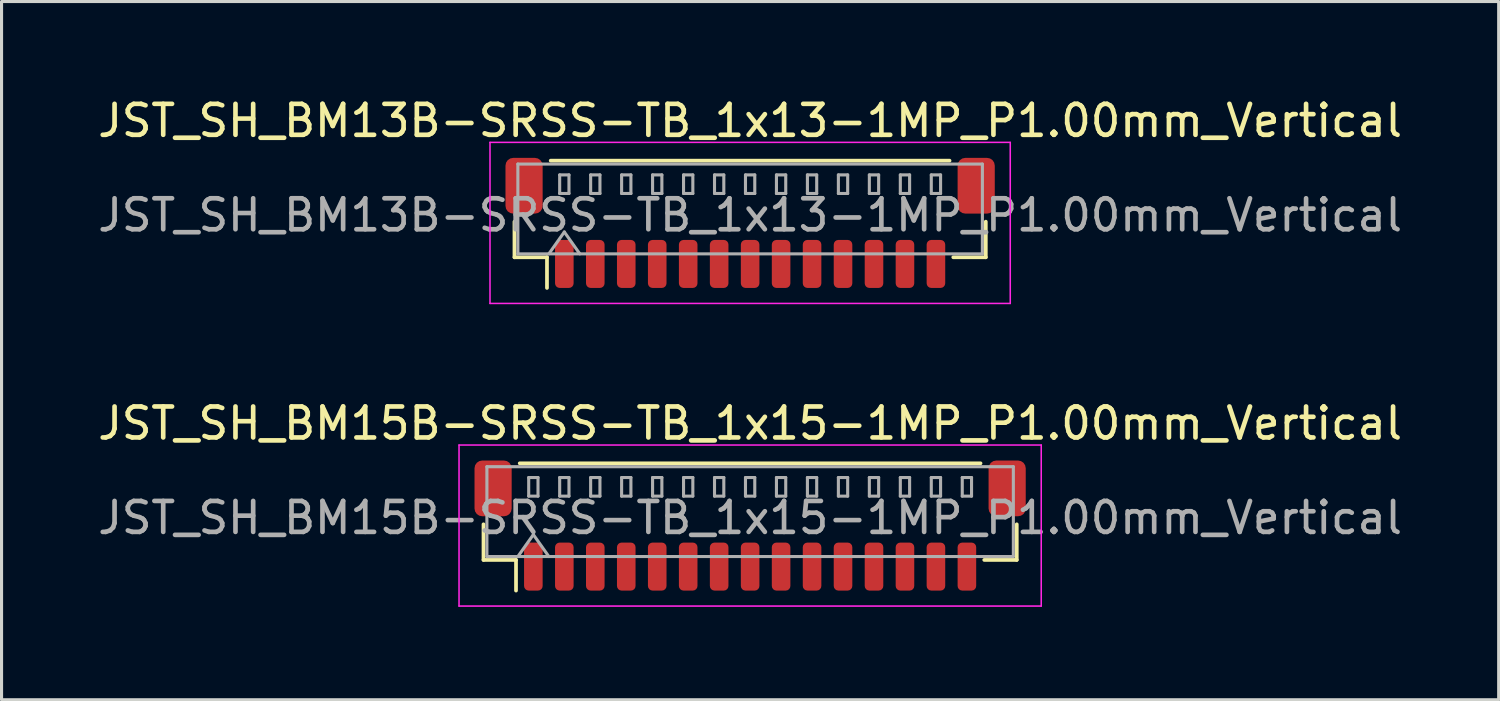
<source format=kicad_pcb>
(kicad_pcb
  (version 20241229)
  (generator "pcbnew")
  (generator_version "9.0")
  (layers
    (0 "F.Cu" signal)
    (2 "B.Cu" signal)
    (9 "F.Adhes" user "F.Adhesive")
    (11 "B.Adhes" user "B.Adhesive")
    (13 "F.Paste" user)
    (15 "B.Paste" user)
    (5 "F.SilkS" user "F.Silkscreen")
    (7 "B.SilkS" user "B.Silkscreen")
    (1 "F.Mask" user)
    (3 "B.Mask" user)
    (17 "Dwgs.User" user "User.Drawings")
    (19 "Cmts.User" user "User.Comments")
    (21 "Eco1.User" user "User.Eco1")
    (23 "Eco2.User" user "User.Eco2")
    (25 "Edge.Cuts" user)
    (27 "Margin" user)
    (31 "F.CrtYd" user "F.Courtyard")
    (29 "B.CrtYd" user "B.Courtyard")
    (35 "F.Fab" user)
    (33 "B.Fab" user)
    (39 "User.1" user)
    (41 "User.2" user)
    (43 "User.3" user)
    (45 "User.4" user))
  (footprint "JST_SH_BM13B-SRSS-TB_1x13-1MP_P1.00mm_Vertical"
    (layer "F.Cu")
    (at 21.173 4.148)
    (property "Reference" "JST_SH_BM13B-SRSS-TB_1x13-1MP_P1.00mm_Vertical" (at 0 -3.3 0) (layer "F.SilkS") (effects (font (size 1 1) (thickness 0.15))))
    (attr smd)
    (fp_line (start -7.61 -0.04) (end -7.61 1.11) (stroke (width 0.12) (type solid)) (layer "F.SilkS"))
    (fp_line (start -7.61 1.11) (end -6.56 1.11) (stroke (width 0.12) (type solid)) (layer "F.SilkS"))
    (fp_line (start -6.56 1.11) (end -6.56 2.1) (stroke (width 0.12) (type solid)) (layer "F.SilkS"))
    (fp_line (start -6.44 -2.01) (end 6.44 -2.01) (stroke (width 0.12) (type solid)) (layer "F.SilkS"))
    (fp_line (start 7.61 -0.04) (end 7.61 1.11) (stroke (width 0.12) (type solid)) (layer "F.SilkS"))
    (fp_line (start 7.61 1.11) (end 6.56 1.11) (stroke (width 0.12) (type solid)) (layer "F.SilkS"))
    (fp_line (start -8.4 -2.6) (end -8.4 2.6) (stroke (width 0.05) (type solid)) (layer "F.CrtYd"))
    (fp_line (start -8.4 2.6) (end 8.4 2.6) (stroke (width 0.05) (type solid)) (layer "F.CrtYd"))
    (fp_line (start 8.4 -2.6) (end -8.4 -2.6) (stroke (width 0.05) (type solid)) (layer "F.CrtYd"))
    (fp_line (start 8.4 2.6) (end 8.4 -2.6) (stroke (width 0.05) (type solid)) (layer "F.CrtYd"))
    (fp_line (start -7.5 -1.9) (end 7.5 -1.9) (stroke (width 0.1) (type solid)) (layer "F.Fab"))
    (fp_line (start -7.5 1) (end -7.5 -1.9) (stroke (width 0.1) (type solid)) (layer "F.Fab"))
    (fp_line (start -7.5 1) (end 7.5 1) (stroke (width 0.1) (type solid)) (layer "F.Fab"))
    (fp_line (start -6.5 1) (end -6 0.293) (stroke (width 0.1) (type solid)) (layer "F.Fab"))
    (fp_line (start -6.15 -1.55) (end -6.15 -0.95) (stroke (width 0.1) (type solid)) (layer "F.Fab"))
    (fp_line (start -6.15 -0.95) (end -5.85 -0.95) (stroke (width 0.1) (type solid)) (layer "F.Fab"))
    (fp_line (start -6 0.293) (end -5.5 1) (stroke (width 0.1) (type solid)) (layer "F.Fab"))
    (fp_line (start -5.85 -1.55) (end -6.15 -1.55) (stroke (width 0.1) (type solid)) (layer "F.Fab"))
    (fp_line (start -5.85 -0.95) (end -5.85 -1.55) (stroke (width 0.1) (type solid)) (layer "F.Fab"))
    (fp_line (start -5.15 -1.55) (end -5.15 -0.95) (stroke (width 0.1) (type solid)) (layer "F.Fab"))
    (fp_line (start -5.15 -0.95) (end -4.85 -0.95) (stroke (width 0.1) (type solid)) (layer "F.Fab"))
    (fp_line (start -4.85 -1.55) (end -5.15 -1.55) (stroke (width 0.1) (type solid)) (layer "F.Fab"))
    (fp_line (start -4.85 -0.95) (end -4.85 -1.55) (stroke (width 0.1) (type solid)) (layer "F.Fab"))
    (fp_line (start -4.15 -1.55) (end -4.15 -0.95) (stroke (width 0.1) (type solid)) (layer "F.Fab"))
    (fp_line (start -4.15 -0.95) (end -3.85 -0.95) (stroke (width 0.1) (type solid)) (layer "F.Fab"))
    (fp_line (start -3.85 -1.55) (end -4.15 -1.55) (stroke (width 0.1) (type solid)) (layer "F.Fab"))
    (fp_line (start -3.85 -0.95) (end -3.85 -1.55) (stroke (width 0.1) (type solid)) (layer "F.Fab"))
    (fp_line (start -3.15 -1.55) (end -3.15 -0.95) (stroke (width 0.1) (type solid)) (layer "F.Fab"))
    (fp_line (start -3.15 -0.95) (end -2.85 -0.95) (stroke (width 0.1) (type solid)) (layer "F.Fab"))
    (fp_line (start -2.85 -1.55) (end -3.15 -1.55) (stroke (width 0.1) (type solid)) (layer "F.Fab"))
    (fp_line (start -2.85 -0.95) (end -2.85 -1.55) (stroke (width 0.1) (type solid)) (layer "F.Fab"))
    (fp_line (start -2.15 -1.55) (end -2.15 -0.95) (stroke (width 0.1) (type solid)) (layer "F.Fab"))
    (fp_line (start -2.15 -0.95) (end -1.85 -0.95) (stroke (width 0.1) (type solid)) (layer "F.Fab"))
    (fp_line (start -1.85 -1.55) (end -2.15 -1.55) (stroke (width 0.1) (type solid)) (layer "F.Fab"))
    (fp_line (start -1.85 -0.95) (end -1.85 -1.55) (stroke (width 0.1) (type solid)) (layer "F.Fab"))
    (fp_line (start -1.15 -1.55) (end -1.15 -0.95) (stroke (width 0.1) (type solid)) (layer "F.Fab"))
    (fp_line (start -1.15 -0.95) (end -0.85 -0.95) (stroke (width 0.1) (type solid)) (layer "F.Fab"))
    (fp_line (start -0.85 -1.55) (end -1.15 -1.55) (stroke (width 0.1) (type solid)) (layer "F.Fab"))
    (fp_line (start -0.85 -0.95) (end -0.85 -1.55) (stroke (width 0.1) (type solid)) (layer "F.Fab"))
    (fp_line (start -0.15 -1.55) (end -0.15 -0.95) (stroke (width 0.1) (type solid)) (layer "F.Fab"))
    (fp_line (start -0.15 -0.95) (end 0.15 -0.95) (stroke (width 0.1) (type solid)) (layer "F.Fab"))
    (fp_line (start 0.15 -1.55) (end -0.15 -1.55) (stroke (width 0.1) (type solid)) (layer "F.Fab"))
    (fp_line (start 0.15 -0.95) (end 0.15 -1.55) (stroke (width 0.1) (type solid)) (layer "F.Fab"))
    (fp_line (start 0.85 -1.55) (end 0.85 -0.95) (stroke (width 0.1) (type solid)) (layer "F.Fab"))
    (fp_line (start 0.85 -0.95) (end 1.15 -0.95) (stroke (width 0.1) (type solid)) (layer "F.Fab"))
    (fp_line (start 1.15 -1.55) (end 0.85 -1.55) (stroke (width 0.1) (type solid)) (layer "F.Fab"))
    (fp_line (start 1.15 -0.95) (end 1.15 -1.55) (stroke (width 0.1) (type solid)) (layer "F.Fab"))
    (fp_line (start 1.85 -1.55) (end 1.85 -0.95) (stroke (width 0.1) (type solid)) (layer "F.Fab"))
    (fp_line (start 1.85 -0.95) (end 2.15 -0.95) (stroke (width 0.1) (type solid)) (layer "F.Fab"))
    (fp_line (start 2.15 -1.55) (end 1.85 -1.55) (stroke (width 0.1) (type solid)) (layer "F.Fab"))
    (fp_line (start 2.15 -0.95) (end 2.15 -1.55) (stroke (width 0.1) (type solid)) (layer "F.Fab"))
    (fp_line (start 2.85 -1.55) (end 2.85 -0.95) (stroke (width 0.1) (type solid)) (layer "F.Fab"))
    (fp_line (start 2.85 -0.95) (end 3.15 -0.95) (stroke (width 0.1) (type solid)) (layer "F.Fab"))
    (fp_line (start 3.15 -1.55) (end 2.85 -1.55) (stroke (width 0.1) (type solid)) (layer "F.Fab"))
    (fp_line (start 3.15 -0.95) (end 3.15 -1.55) (stroke (width 0.1) (type solid)) (layer "F.Fab"))
    (fp_line (start 3.85 -1.55) (end 3.85 -0.95) (stroke (width 0.1) (type solid)) (layer "F.Fab"))
    (fp_line (start 3.85 -0.95) (end 4.15 -0.95) (stroke (width 0.1) (type solid)) (layer "F.Fab"))
    (fp_line (start 4.15 -1.55) (end 3.85 -1.55) (stroke (width 0.1) (type solid)) (layer "F.Fab"))
    (fp_line (start 4.15 -0.95) (end 4.15 -1.55) (stroke (width 0.1) (type solid)) (layer "F.Fab"))
    (fp_line (start 4.85 -1.55) (end 4.85 -0.95) (stroke (width 0.1) (type solid)) (layer "F.Fab"))
    (fp_line (start 4.85 -0.95) (end 5.15 -0.95) (stroke (width 0.1) (type solid)) (layer "F.Fab"))
    (fp_line (start 5.15 -1.55) (end 4.85 -1.55) (stroke (width 0.1) (type solid)) (layer "F.Fab"))
    (fp_line (start 5.15 -0.95) (end 5.15 -1.55) (stroke (width 0.1) (type solid)) (layer "F.Fab"))
    (fp_line (start 5.85 -1.55) (end 5.85 -0.95) (stroke (width 0.1) (type solid)) (layer "F.Fab"))
    (fp_line (start 5.85 -0.95) (end 6.15 -0.95) (stroke (width 0.1) (type solid)) (layer "F.Fab"))
    (fp_line (start 6.15 -1.55) (end 5.85 -1.55) (stroke (width 0.1) (type solid)) (layer "F.Fab"))
    (fp_line (start 6.15 -0.95) (end 6.15 -1.55) (stroke (width 0.1) (type solid)) (layer "F.Fab"))
    (fp_line (start 7.5 1) (end 7.5 -1.9) (stroke (width 0.1) (type solid)) (layer "F.Fab"))
    (fp_text user "${REFERENCE}" (at 0 -0.25 0) (layer "F.Fab") (effects (font (size 1 1) (thickness 0.15))))
    (pad "1" smd roundrect (at -6 1.325) (size 0.6 1.55) (layers "F.Cu" "F.Mask" "F.Paste") (roundrect_rratio 0.25))
    (pad "2" smd roundrect (at -5 1.325) (size 0.6 1.55) (layers "F.Cu" "F.Mask" "F.Paste") (roundrect_rratio 0.25))
    (pad "3" smd roundrect (at -4 1.325) (size 0.6 1.55) (layers "F.Cu" "F.Mask" "F.Paste") (roundrect_rratio 0.25))
    (pad "4" smd roundrect (at -3 1.325) (size 0.6 1.55) (layers "F.Cu" "F.Mask" "F.Paste") (roundrect_rratio 0.25))
    (pad "5" smd roundrect (at -2 1.325) (size 0.6 1.55) (layers "F.Cu" "F.Mask" "F.Paste") (roundrect_rratio 0.25))
    (pad "6" smd roundrect (at -1 1.325) (size 0.6 1.55) (layers "F.Cu" "F.Mask" "F.Paste") (roundrect_rratio 0.25))
    (pad "7" smd roundrect (at 0 1.325) (size 0.6 1.55) (layers "F.Cu" "F.Mask" "F.Paste") (roundrect_rratio 0.25))
    (pad "8" smd roundrect (at 1 1.325) (size 0.6 1.55) (layers "F.Cu" "F.Mask" "F.Paste") (roundrect_rratio 0.25))
    (pad "9" smd roundrect (at 2 1.325) (size 0.6 1.55) (layers "F.Cu" "F.Mask" "F.Paste") (roundrect_rratio 0.25))
    (pad "10" smd roundrect (at 3 1.325) (size 0.6 1.55) (layers "F.Cu" "F.Mask" "F.Paste") (roundrect_rratio 0.25))
    (pad "11" smd roundrect (at 4 1.325) (size 0.6 1.55) (layers "F.Cu" "F.Mask" "F.Paste") (roundrect_rratio 0.25))
    (pad "12" smd roundrect (at 5 1.325) (size 0.6 1.55) (layers "F.Cu" "F.Mask" "F.Paste") (roundrect_rratio 0.25))
    (pad "13" smd roundrect (at 6 1.325) (size 0.6 1.55) (layers "F.Cu" "F.Mask" "F.Paste") (roundrect_rratio 0.25))
    (pad "MP" smd roundrect (at -7.3 -1.2) (size 1.2 1.8) (layers "F.Cu" "F.Mask" "F.Paste") (roundrect_rratio 0.208))
    (pad "MP" smd roundrect (at 7.3 -1.2) (size 1.2 1.8) (layers "F.Cu" "F.Mask" "F.Paste") (roundrect_rratio 0.208)))
  (footprint "JST_SH_BM15B-SRSS-TB_1x15-1MP_P1.00mm_Vertical"
    (layer "F.Cu")
    (at 21.173 13.921)
    (property "Reference" "JST_SH_BM15B-SRSS-TB_1x15-1MP_P1.00mm_Vertical" (at 0 -3.3 0) (layer "F.SilkS") (effects (font (size 1 1) (thickness 0.15))))
    (attr smd)
    (fp_line (start -8.61 -0.04) (end -8.61 1.11) (stroke (width 0.12) (type solid)) (layer "F.SilkS"))
    (fp_line (start -8.61 1.11) (end -7.56 1.11) (stroke (width 0.12) (type solid)) (layer "F.SilkS"))
    (fp_line (start -7.56 1.11) (end -7.56 2.1) (stroke (width 0.12) (type solid)) (layer "F.SilkS"))
    (fp_line (start -7.44 -2.01) (end 7.44 -2.01) (stroke (width 0.12) (type solid)) (layer "F.SilkS"))
    (fp_line (start 8.61 -0.04) (end 8.61 1.11) (stroke (width 0.12) (type solid)) (layer "F.SilkS"))
    (fp_line (start 8.61 1.11) (end 7.56 1.11) (stroke (width 0.12) (type solid)) (layer "F.SilkS"))
    (fp_line (start -9.4 -2.6) (end -9.4 2.6) (stroke (width 0.05) (type solid)) (layer "F.CrtYd"))
    (fp_line (start -9.4 2.6) (end 9.4 2.6) (stroke (width 0.05) (type solid)) (layer "F.CrtYd"))
    (fp_line (start 9.4 -2.6) (end -9.4 -2.6) (stroke (width 0.05) (type solid)) (layer "F.CrtYd"))
    (fp_line (start 9.4 2.6) (end 9.4 -2.6) (stroke (width 0.05) (type solid)) (layer "F.CrtYd"))
    (fp_line (start -8.5 -1.9) (end 8.5 -1.9) (stroke (width 0.1) (type solid)) (layer "F.Fab"))
    (fp_line (start -8.5 1) (end -8.5 -1.9) (stroke (width 0.1) (type solid)) (layer "F.Fab"))
    (fp_line (start -8.5 1) (end 8.5 1) (stroke (width 0.1) (type solid)) (layer "F.Fab"))
    (fp_line (start -7.5 1) (end -7 0.293) (stroke (width 0.1) (type solid)) (layer "F.Fab"))
    (fp_line (start -7.15 -1.55) (end -7.15 -0.95) (stroke (width 0.1) (type solid)) (layer "F.Fab"))
    (fp_line (start -7.15 -0.95) (end -6.85 -0.95) (stroke (width 0.1) (type solid)) (layer "F.Fab"))
    (fp_line (start -7 0.293) (end -6.5 1) (stroke (width 0.1) (type solid)) (layer "F.Fab"))
    (fp_line (start -6.85 -1.55) (end -7.15 -1.55) (stroke (width 0.1) (type solid)) (layer "F.Fab"))
    (fp_line (start -6.85 -0.95) (end -6.85 -1.55) (stroke (width 0.1) (type solid)) (layer "F.Fab"))
    (fp_line (start -6.15 -1.55) (end -6.15 -0.95) (stroke (width 0.1) (type solid)) (layer "F.Fab"))
    (fp_line (start -6.15 -0.95) (end -5.85 -0.95) (stroke (width 0.1) (type solid)) (layer "F.Fab"))
    (fp_line (start -5.85 -1.55) (end -6.15 -1.55) (stroke (width 0.1) (type solid)) (layer "F.Fab"))
    (fp_line (start -5.85 -0.95) (end -5.85 -1.55) (stroke (width 0.1) (type solid)) (layer "F.Fab"))
    (fp_line (start -5.15 -1.55) (end -5.15 -0.95) (stroke (width 0.1) (type solid)) (layer "F.Fab"))
    (fp_line (start -5.15 -0.95) (end -4.85 -0.95) (stroke (width 0.1) (type solid)) (layer "F.Fab"))
    (fp_line (start -4.85 -1.55) (end -5.15 -1.55) (stroke (width 0.1) (type solid)) (layer "F.Fab"))
    (fp_line (start -4.85 -0.95) (end -4.85 -1.55) (stroke (width 0.1) (type solid)) (layer "F.Fab"))
    (fp_line (start -4.15 -1.55) (end -4.15 -0.95) (stroke (width 0.1) (type solid)) (layer "F.Fab"))
    (fp_line (start -4.15 -0.95) (end -3.85 -0.95) (stroke (width 0.1) (type solid)) (layer "F.Fab"))
    (fp_line (start -3.85 -1.55) (end -4.15 -1.55) (stroke (width 0.1) (type solid)) (layer "F.Fab"))
    (fp_line (start -3.85 -0.95) (end -3.85 -1.55) (stroke (width 0.1) (type solid)) (layer "F.Fab"))
    (fp_line (start -3.15 -1.55) (end -3.15 -0.95) (stroke (width 0.1) (type solid)) (layer "F.Fab"))
    (fp_line (start -3.15 -0.95) (end -2.85 -0.95) (stroke (width 0.1) (type solid)) (layer "F.Fab"))
    (fp_line (start -2.85 -1.55) (end -3.15 -1.55) (stroke (width 0.1) (type solid)) (layer "F.Fab"))
    (fp_line (start -2.85 -0.95) (end -2.85 -1.55) (stroke (width 0.1) (type solid)) (layer "F.Fab"))
    (fp_line (start -2.15 -1.55) (end -2.15 -0.95) (stroke (width 0.1) (type solid)) (layer "F.Fab"))
    (fp_line (start -2.15 -0.95) (end -1.85 -0.95) (stroke (width 0.1) (type solid)) (layer "F.Fab"))
    (fp_line (start -1.85 -1.55) (end -2.15 -1.55) (stroke (width 0.1) (type solid)) (layer "F.Fab"))
    (fp_line (start -1.85 -0.95) (end -1.85 -1.55) (stroke (width 0.1) (type solid)) (layer "F.Fab"))
    (fp_line (start -1.15 -1.55) (end -1.15 -0.95) (stroke (width 0.1) (type solid)) (layer "F.Fab"))
    (fp_line (start -1.15 -0.95) (end -0.85 -0.95) (stroke (width 0.1) (type solid)) (layer "F.Fab"))
    (fp_line (start -0.85 -1.55) (end -1.15 -1.55) (stroke (width 0.1) (type solid)) (layer "F.Fab"))
    (fp_line (start -0.85 -0.95) (end -0.85 -1.55) (stroke (width 0.1) (type solid)) (layer "F.Fab"))
    (fp_line (start -0.15 -1.55) (end -0.15 -0.95) (stroke (width 0.1) (type solid)) (layer "F.Fab"))
    (fp_line (start -0.15 -0.95) (end 0.15 -0.95) (stroke (width 0.1) (type solid)) (layer "F.Fab"))
    (fp_line (start 0.15 -1.55) (end -0.15 -1.55) (stroke (width 0.1) (type solid)) (layer "F.Fab"))
    (fp_line (start 0.15 -0.95) (end 0.15 -1.55) (stroke (width 0.1) (type solid)) (layer "F.Fab"))
    (fp_line (start 0.85 -1.55) (end 0.85 -0.95) (stroke (width 0.1) (type solid)) (layer "F.Fab"))
    (fp_line (start 0.85 -0.95) (end 1.15 -0.95) (stroke (width 0.1) (type solid)) (layer "F.Fab"))
    (fp_line (start 1.15 -1.55) (end 0.85 -1.55) (stroke (width 0.1) (type solid)) (layer "F.Fab"))
    (fp_line (start 1.15 -0.95) (end 1.15 -1.55) (stroke (width 0.1) (type solid)) (layer "F.Fab"))
    (fp_line (start 1.85 -1.55) (end 1.85 -0.95) (stroke (width 0.1) (type solid)) (layer "F.Fab"))
    (fp_line (start 1.85 -0.95) (end 2.15 -0.95) (stroke (width 0.1) (type solid)) (layer "F.Fab"))
    (fp_line (start 2.15 -1.55) (end 1.85 -1.55) (stroke (width 0.1) (type solid)) (layer "F.Fab"))
    (fp_line (start 2.15 -0.95) (end 2.15 -1.55) (stroke (width 0.1) (type solid)) (layer "F.Fab"))
    (fp_line (start 2.85 -1.55) (end 2.85 -0.95) (stroke (width 0.1) (type solid)) (layer "F.Fab"))
    (fp_line (start 2.85 -0.95) (end 3.15 -0.95) (stroke (width 0.1) (type solid)) (layer "F.Fab"))
    (fp_line (start 3.15 -1.55) (end 2.85 -1.55) (stroke (width 0.1) (type solid)) (layer "F.Fab"))
    (fp_line (start 3.15 -0.95) (end 3.15 -1.55) (stroke (width 0.1) (type solid)) (layer "F.Fab"))
    (fp_line (start 3.85 -1.55) (end 3.85 -0.95) (stroke (width 0.1) (type solid)) (layer "F.Fab"))
    (fp_line (start 3.85 -0.95) (end 4.15 -0.95) (stroke (width 0.1) (type solid)) (layer "F.Fab"))
    (fp_line (start 4.15 -1.55) (end 3.85 -1.55) (stroke (width 0.1) (type solid)) (layer "F.Fab"))
    (fp_line (start 4.15 -0.95) (end 4.15 -1.55) (stroke (width 0.1) (type solid)) (layer "F.Fab"))
    (fp_line (start 4.85 -1.55) (end 4.85 -0.95) (stroke (width 0.1) (type solid)) (layer "F.Fab"))
    (fp_line (start 4.85 -0.95) (end 5.15 -0.95) (stroke (width 0.1) (type solid)) (layer "F.Fab"))
    (fp_line (start 5.15 -1.55) (end 4.85 -1.55) (stroke (width 0.1) (type solid)) (layer "F.Fab"))
    (fp_line (start 5.15 -0.95) (end 5.15 -1.55) (stroke (width 0.1) (type solid)) (layer "F.Fab"))
    (fp_line (start 5.85 -1.55) (end 5.85 -0.95) (stroke (width 0.1) (type solid)) (layer "F.Fab"))
    (fp_line (start 5.85 -0.95) (end 6.15 -0.95) (stroke (width 0.1) (type solid)) (layer "F.Fab"))
    (fp_line (start 6.15 -1.55) (end 5.85 -1.55) (stroke (width 0.1) (type solid)) (layer "F.Fab"))
    (fp_line (start 6.15 -0.95) (end 6.15 -1.55) (stroke (width 0.1) (type solid)) (layer "F.Fab"))
    (fp_line (start 6.85 -1.55) (end 6.85 -0.95) (stroke (width 0.1) (type solid)) (layer "F.Fab"))
    (fp_line (start 6.85 -0.95) (end 7.15 -0.95) (stroke (width 0.1) (type solid)) (layer "F.Fab"))
    (fp_line (start 7.15 -1.55) (end 6.85 -1.55) (stroke (width 0.1) (type solid)) (layer "F.Fab"))
    (fp_line (start 7.15 -0.95) (end 7.15 -1.55) (stroke (width 0.1) (type solid)) (layer "F.Fab"))
    (fp_line (start 8.5 1) (end 8.5 -1.9) (stroke (width 0.1) (type solid)) (layer "F.Fab"))
    (fp_text user "${REFERENCE}" (at 0 -0.25 0) (layer "F.Fab") (effects (font (size 1 1) (thickness 0.15))))
    (pad "1" smd roundrect (at -7 1.325) (size 0.6 1.55) (layers "F.Cu" "F.Mask" "F.Paste") (roundrect_rratio 0.25))
    (pad "2" smd roundrect (at -6 1.325) (size 0.6 1.55) (layers "F.Cu" "F.Mask" "F.Paste") (roundrect_rratio 0.25))
    (pad "3" smd roundrect (at -5 1.325) (size 0.6 1.55) (layers "F.Cu" "F.Mask" "F.Paste") (roundrect_rratio 0.25))
    (pad "4" smd roundrect (at -4 1.325) (size 0.6 1.55) (layers "F.Cu" "F.Mask" "F.Paste") (roundrect_rratio 0.25))
    (pad "5" smd roundrect (at -3 1.325) (size 0.6 1.55) (layers "F.Cu" "F.Mask" "F.Paste") (roundrect_rratio 0.25))
    (pad "6" smd roundrect (at -2 1.325) (size 0.6 1.55) (layers "F.Cu" "F.Mask" "F.Paste") (roundrect_rratio 0.25))
    (pad "7" smd roundrect (at -1 1.325) (size 0.6 1.55) (layers "F.Cu" "F.Mask" "F.Paste") (roundrect_rratio 0.25))
    (pad "8" smd roundrect (at 0 1.325) (size 0.6 1.55) (layers "F.Cu" "F.Mask" "F.Paste") (roundrect_rratio 0.25))
    (pad "9" smd roundrect (at 1 1.325) (size 0.6 1.55) (layers "F.Cu" "F.Mask" "F.Paste") (roundrect_rratio 0.25))
    (pad "10" smd roundrect (at 2 1.325) (size 0.6 1.55) (layers "F.Cu" "F.Mask" "F.Paste") (roundrect_rratio 0.25))
    (pad "11" smd roundrect (at 3 1.325) (size 0.6 1.55) (layers "F.Cu" "F.Mask" "F.Paste") (roundrect_rratio 0.25))
    (pad "12" smd roundrect (at 4 1.325) (size 0.6 1.55) (layers "F.Cu" "F.Mask" "F.Paste") (roundrect_rratio 0.25))
    (pad "13" smd roundrect (at 5 1.325) (size 0.6 1.55) (layers "F.Cu" "F.Mask" "F.Paste") (roundrect_rratio 0.25))
    (pad "14" smd roundrect (at 6 1.325) (size 0.6 1.55) (layers "F.Cu" "F.Mask" "F.Paste") (roundrect_rratio 0.25))
    (pad "15" smd roundrect (at 7 1.325) (size 0.6 1.55) (layers "F.Cu" "F.Mask" "F.Paste") (roundrect_rratio 0.25))
    (pad "MP" smd roundrect (at -8.3 -1.2) (size 1.2 1.8) (layers "F.Cu" "F.Mask" "F.Paste") (roundrect_rratio 0.208))
    (pad "MP" smd roundrect (at 8.3 -1.2) (size 1.2 1.8) (layers "F.Cu" "F.Mask" "F.Paste") (roundrect_rratio 0.208)))
  (gr_rect
    (start -3 -3)
    (end 45.345 19.547)
    (stroke (width 0.1) (type default))
    (fill no)
    (layer "Edge.Cuts")))
</source>
